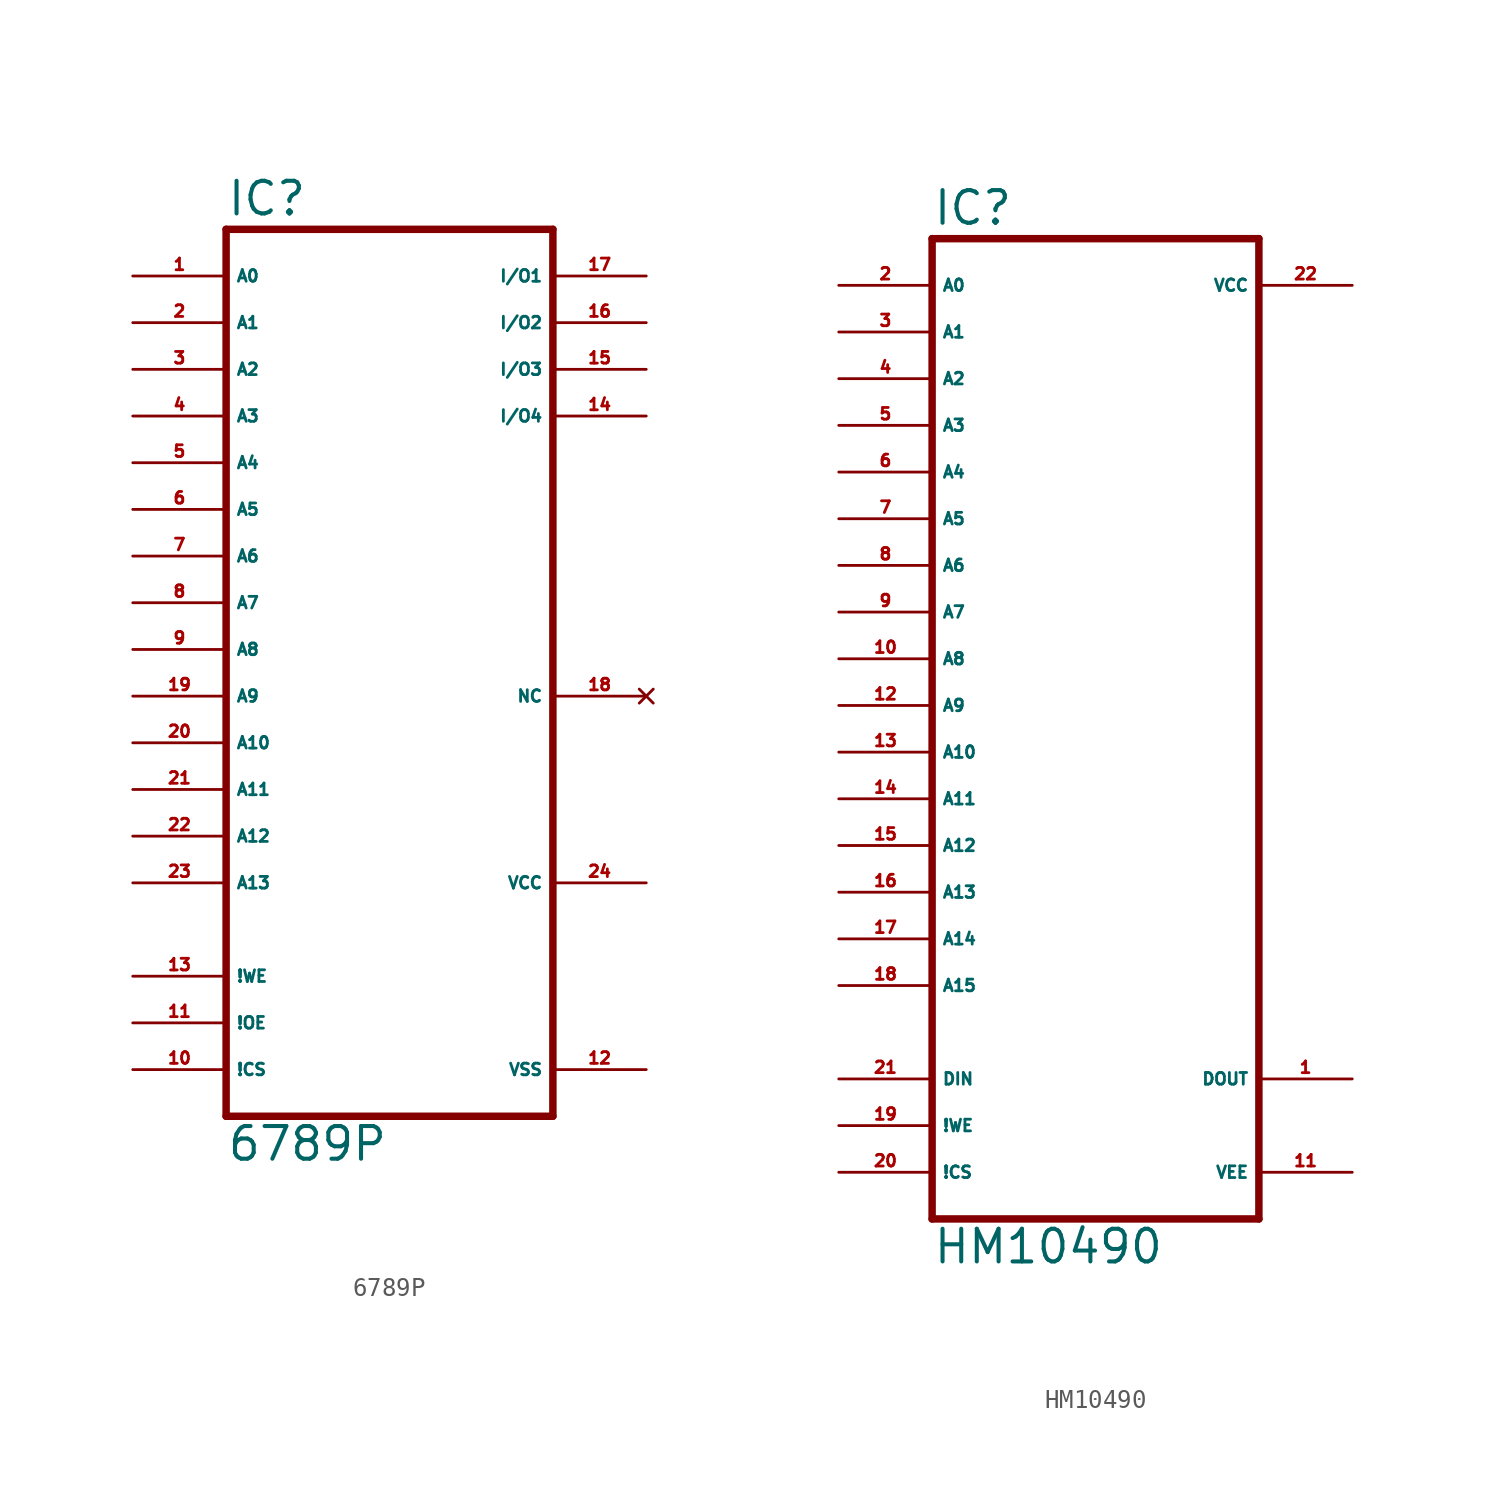
<source format=kicad_sym>
(kicad_symbol_lib
  (version 20220914)
  (generator Eagle2Kicad)
  (symbol "6789P"
    (property "Reference" "IC"
      (at -10.16 20.955 0)
      (effects (font (size 1.778 1.778) (thickness 0.22)) (justify left bottom)))
    (property "Value" "6789P"
      (at -10.16 -30.48 0)
      (effects (font (size 1.778 1.778) (thickness 0.22)) (justify left bottom)))
    (polyline
      (pts (xy -10.16 -27.94) (xy 7.62 -27.94))
      (stroke (width 0.406) (type default))
      (fill (type none)))
    (polyline
      (pts (xy 7.62 20.32) (xy 7.62 -27.94))
      (stroke (width 0.406) (type default))
      (fill (type none)))
    (polyline
      (pts (xy 7.62 20.32) (xy -10.16 20.32))
      (stroke (width 0.406) (type default))
      (fill (type none)))
    (polyline
      (pts (xy -10.16 -27.94) (xy -10.16 20.32))
      (stroke (width 0.406) (type default))
      (fill (type none)))
    (pin input line
      (at -15.24 17.78 0)
      (length 5.08)
      (name "A0" (effects (font (size 0.635 0.635) (thickness 0.08)) (justify left bottom)))
      (number "1" (effects (font (size 0.635 0.635) (thickness 0.08)) (justify left bottom))))
    (pin input line
      (at -15.24 15.24 0)
      (length 5.08)
      (name "A1" (effects (font (size 0.635 0.635) (thickness 0.08)) (justify left bottom)))
      (number "2" (effects (font (size 0.635 0.635) (thickness 0.08)) (justify left bottom))))
    (pin input line
      (at -15.24 12.7 0)
      (length 5.08)
      (name "A2" (effects (font (size 0.635 0.635) (thickness 0.08)) (justify left bottom)))
      (number "3" (effects (font (size 0.635 0.635) (thickness 0.08)) (justify left bottom))))
    (pin input line
      (at -15.24 10.16 0)
      (length 5.08)
      (name "A3" (effects (font (size 0.635 0.635) (thickness 0.08)) (justify left bottom)))
      (number "4" (effects (font (size 0.635 0.635) (thickness 0.08)) (justify left bottom))))
    (pin input line
      (at -15.24 7.62 0)
      (length 5.08)
      (name "A4" (effects (font (size 0.635 0.635) (thickness 0.08)) (justify left bottom)))
      (number "5" (effects (font (size 0.635 0.635) (thickness 0.08)) (justify left bottom))))
    (pin input line
      (at -15.24 5.08 0)
      (length 5.08)
      (name "A5" (effects (font (size 0.635 0.635) (thickness 0.08)) (justify left bottom)))
      (number "6" (effects (font (size 0.635 0.635) (thickness 0.08)) (justify left bottom))))
    (pin input line
      (at -15.24 2.54 0)
      (length 5.08)
      (name "A6" (effects (font (size 0.635 0.635) (thickness 0.08)) (justify left bottom)))
      (number "7" (effects (font (size 0.635 0.635) (thickness 0.08)) (justify left bottom))))
    (pin input line
      (at -15.24 0 0)
      (length 5.08)
      (name "A7" (effects (font (size 0.635 0.635) (thickness 0.08)) (justify left bottom)))
      (number "8" (effects (font (size 0.635 0.635) (thickness 0.08)) (justify left bottom))))
    (pin input line
      (at -15.24 -2.54 0)
      (length 5.08)
      (name "A8" (effects (font (size 0.635 0.635) (thickness 0.08)) (justify left bottom)))
      (number "9" (effects (font (size 0.635 0.635) (thickness 0.08)) (justify left bottom))))
    (pin input line
      (at -15.24 -5.08 0)
      (length 5.08)
      (name "A9" (effects (font (size 0.635 0.635) (thickness 0.08)) (justify left bottom)))
      (number "19" (effects (font (size 0.635 0.635) (thickness 0.08)) (justify left bottom))))
    (pin input line
      (at -15.24 -7.62 0)
      (length 5.08)
      (name "A10" (effects (font (size 0.635 0.635) (thickness 0.08)) (justify left bottom)))
      (number "20" (effects (font (size 0.635 0.635) (thickness 0.08)) (justify left bottom))))
    (pin input line
      (at -15.24 -10.16 0)
      (length 5.08)
      (name "A11" (effects (font (size 0.635 0.635) (thickness 0.08)) (justify left bottom)))
      (number "21" (effects (font (size 0.635 0.635) (thickness 0.08)) (justify left bottom))))
    (pin input line
      (at -15.24 -12.7 0)
      (length 5.08)
      (name "A12" (effects (font (size 0.635 0.635) (thickness 0.08)) (justify left bottom)))
      (number "22" (effects (font (size 0.635 0.635) (thickness 0.08)) (justify left bottom))))
    (pin input line
      (at -15.24 -15.24 0)
      (length 5.08)
      (name "A13" (effects (font (size 0.635 0.635) (thickness 0.08)) (justify left bottom)))
      (number "23" (effects (font (size 0.635 0.635) (thickness 0.08)) (justify left bottom))))
    (pin input line
      (at -15.24 -20.32 0)
      (length 5.08)
      (name "!WE" (effects (font (size 0.635 0.635) (thickness 0.08)) (justify left bottom)))
      (number "13" (effects (font (size 0.635 0.635) (thickness 0.08)) (justify left bottom))))
    (pin input line
      (at -15.24 -22.86 0)
      (length 5.08)
      (name "!OE" (effects (font (size 0.635 0.635) (thickness 0.08)) (justify left bottom)))
      (number "11" (effects (font (size 0.635 0.635) (thickness 0.08)) (justify left bottom))))
    (pin input line
      (at -15.24 -25.4 0)
      (length 5.08)
      (name "!CS" (effects (font (size 0.635 0.635) (thickness 0.08)) (justify left bottom)))
      (number "10" (effects (font (size 0.635 0.635) (thickness 0.08)) (justify left bottom))))
    (pin bidirectional line
      (at 12.7 17.78 180)
      (length 5.08)
      (name "I/O1" (effects (font (size 0.635 0.635) (thickness 0.08)) (justify left bottom)))
      (number "17" (effects (font (size 0.635 0.635) (thickness 0.08)) (justify left bottom))))
    (pin bidirectional line
      (at 12.7 15.24 180)
      (length 5.08)
      (name "I/O2" (effects (font (size 0.635 0.635) (thickness 0.08)) (justify left bottom)))
      (number "16" (effects (font (size 0.635 0.635) (thickness 0.08)) (justify left bottom))))
    (pin bidirectional line
      (at 12.7 12.7 180)
      (length 5.08)
      (name "I/O3" (effects (font (size 0.635 0.635) (thickness 0.08)) (justify left bottom)))
      (number "15" (effects (font (size 0.635 0.635) (thickness 0.08)) (justify left bottom))))
    (pin bidirectional line
      (at 12.7 10.16 180)
      (length 5.08)
      (name "I/O4" (effects (font (size 0.635 0.635) (thickness 0.08)) (justify left bottom)))
      (number "14" (effects (font (size 0.635 0.635) (thickness 0.08)) (justify left bottom))))
    (pin unspecified line
      (at 12.7 -25.4 180)
      (length 5.08)
      (name "VSS" (effects (font (size 0.635 0.635) (thickness 0.08)) (justify left bottom)))
      (number "12" (effects (font (size 0.635 0.635) (thickness 0.08)) (justify left bottom))))
    (pin unspecified line
      (at 12.7 -15.24 180)
      (length 5.08)
      (name "VCC" (effects (font (size 0.635 0.635) (thickness 0.08)) (justify left bottom)))
      (number "24" (effects (font (size 0.635 0.635) (thickness 0.08)) (justify left bottom))))
    (pin no_connect line
      (at 12.7 -5.08 180)
      (length 5.08)
      (name "NC" (effects (font (size 0.635 0.635) (thickness 0.08)) (justify left bottom) hide))
      (number "18" (effects (font (size 0.635 0.635) (thickness 0.08)) (justify left bottom) hide))))
  (symbol "HM10490"
    (property "Reference" "IC"
      (at -10.16 26.035 0)
      (effects (font (size 1.778 1.778) (thickness 0.22)) (justify left bottom)))
    (property "Value" "HM10490"
      (at -10.16 -30.48 0)
      (effects (font (size 1.778 1.778) (thickness 0.22)) (justify left bottom)))
    (polyline
      (pts (xy -10.16 -27.94) (xy 7.62 -27.94))
      (stroke (width 0.406) (type default))
      (fill (type none)))
    (polyline
      (pts (xy 7.62 25.4) (xy 7.62 -27.94))
      (stroke (width 0.406) (type default))
      (fill (type none)))
    (polyline
      (pts (xy 7.62 25.4) (xy -10.16 25.4))
      (stroke (width 0.406) (type default))
      (fill (type none)))
    (polyline
      (pts (xy -10.16 -27.94) (xy -10.16 25.4))
      (stroke (width 0.406) (type default))
      (fill (type none)))
    (pin input line
      (at -15.24 22.86 0)
      (length 5.08)
      (name "A0" (effects (font (size 0.635 0.635) (thickness 0.08)) (justify left bottom)))
      (number "2" (effects (font (size 0.635 0.635) (thickness 0.08)) (justify left bottom))))
    (pin input line
      (at -15.24 20.32 0)
      (length 5.08)
      (name "A1" (effects (font (size 0.635 0.635) (thickness 0.08)) (justify left bottom)))
      (number "3" (effects (font (size 0.635 0.635) (thickness 0.08)) (justify left bottom))))
    (pin input line
      (at -15.24 17.78 0)
      (length 5.08)
      (name "A2" (effects (font (size 0.635 0.635) (thickness 0.08)) (justify left bottom)))
      (number "4" (effects (font (size 0.635 0.635) (thickness 0.08)) (justify left bottom))))
    (pin input line
      (at -15.24 15.24 0)
      (length 5.08)
      (name "A3" (effects (font (size 0.635 0.635) (thickness 0.08)) (justify left bottom)))
      (number "5" (effects (font (size 0.635 0.635) (thickness 0.08)) (justify left bottom))))
    (pin input line
      (at -15.24 12.7 0)
      (length 5.08)
      (name "A4" (effects (font (size 0.635 0.635) (thickness 0.08)) (justify left bottom)))
      (number "6" (effects (font (size 0.635 0.635) (thickness 0.08)) (justify left bottom))))
    (pin input line
      (at -15.24 10.16 0)
      (length 5.08)
      (name "A5" (effects (font (size 0.635 0.635) (thickness 0.08)) (justify left bottom)))
      (number "7" (effects (font (size 0.635 0.635) (thickness 0.08)) (justify left bottom))))
    (pin input line
      (at -15.24 7.62 0)
      (length 5.08)
      (name "A6" (effects (font (size 0.635 0.635) (thickness 0.08)) (justify left bottom)))
      (number "8" (effects (font (size 0.635 0.635) (thickness 0.08)) (justify left bottom))))
    (pin input line
      (at -15.24 5.08 0)
      (length 5.08)
      (name "A7" (effects (font (size 0.635 0.635) (thickness 0.08)) (justify left bottom)))
      (number "9" (effects (font (size 0.635 0.635) (thickness 0.08)) (justify left bottom))))
    (pin input line
      (at -15.24 2.54 0)
      (length 5.08)
      (name "A8" (effects (font (size 0.635 0.635) (thickness 0.08)) (justify left bottom)))
      (number "10" (effects (font (size 0.635 0.635) (thickness 0.08)) (justify left bottom))))
    (pin input line
      (at -15.24 0 0)
      (length 5.08)
      (name "A9" (effects (font (size 0.635 0.635) (thickness 0.08)) (justify left bottom)))
      (number "12" (effects (font (size 0.635 0.635) (thickness 0.08)) (justify left bottom))))
    (pin input line
      (at -15.24 -2.54 0)
      (length 5.08)
      (name "A10" (effects (font (size 0.635 0.635) (thickness 0.08)) (justify left bottom)))
      (number "13" (effects (font (size 0.635 0.635) (thickness 0.08)) (justify left bottom))))
    (pin input line
      (at -15.24 -5.08 0)
      (length 5.08)
      (name "A11" (effects (font (size 0.635 0.635) (thickness 0.08)) (justify left bottom)))
      (number "14" (effects (font (size 0.635 0.635) (thickness 0.08)) (justify left bottom))))
    (pin input line
      (at -15.24 -7.62 0)
      (length 5.08)
      (name "A12" (effects (font (size 0.635 0.635) (thickness 0.08)) (justify left bottom)))
      (number "15" (effects (font (size 0.635 0.635) (thickness 0.08)) (justify left bottom))))
    (pin input line
      (at -15.24 -10.16 0)
      (length 5.08)
      (name "A13" (effects (font (size 0.635 0.635) (thickness 0.08)) (justify left bottom)))
      (number "16" (effects (font (size 0.635 0.635) (thickness 0.08)) (justify left bottom))))
    (pin input line
      (at -15.24 -12.7 0)
      (length 5.08)
      (name "A14" (effects (font (size 0.635 0.635) (thickness 0.08)) (justify left bottom)))
      (number "17" (effects (font (size 0.635 0.635) (thickness 0.08)) (justify left bottom))))
    (pin input line
      (at -15.24 -15.24 0)
      (length 5.08)
      (name "A15" (effects (font (size 0.635 0.635) (thickness 0.08)) (justify left bottom)))
      (number "18" (effects (font (size 0.635 0.635) (thickness 0.08)) (justify left bottom))))
    (pin input line
      (at -15.24 -22.86 0)
      (length 5.08)
      (name "!WE" (effects (font (size 0.635 0.635) (thickness 0.08)) (justify left bottom)))
      (number "19" (effects (font (size 0.635 0.635) (thickness 0.08)) (justify left bottom))))
    (pin input line
      (at -15.24 -25.4 0)
      (length 5.08)
      (name "!CS" (effects (font (size 0.635 0.635) (thickness 0.08)) (justify left bottom)))
      (number "20" (effects (font (size 0.635 0.635) (thickness 0.08)) (justify left bottom))))
    (pin input line
      (at -15.24 -20.32 0)
      (length 5.08)
      (name "DIN" (effects (font (size 0.635 0.635) (thickness 0.08)) (justify left bottom)))
      (number "21" (effects (font (size 0.635 0.635) (thickness 0.08)) (justify left bottom))))
    (pin tri_state line
      (at 12.7 -20.32 180)
      (length 5.08)
      (name "DOUT" (effects (font (size 0.635 0.635) (thickness 0.08)) (justify left bottom)))
      (number "1" (effects (font (size 0.635 0.635) (thickness 0.08)) (justify left bottom))))
    (pin unspecified line
      (at 12.7 -25.4 180)
      (length 5.08)
      (name "VEE" (effects (font (size 0.635 0.635) (thickness 0.08)) (justify left bottom)))
      (number "11" (effects (font (size 0.635 0.635) (thickness 0.08)) (justify left bottom))))
    (pin unspecified line
      (at 12.7 22.86 180)
      (length 5.08)
      (name "VCC" (effects (font (size 0.635 0.635) (thickness 0.08)) (justify left bottom)))
      (number "22" (effects (font (size 0.635 0.635) (thickness 0.08)) (justify left bottom))))))
</source>
